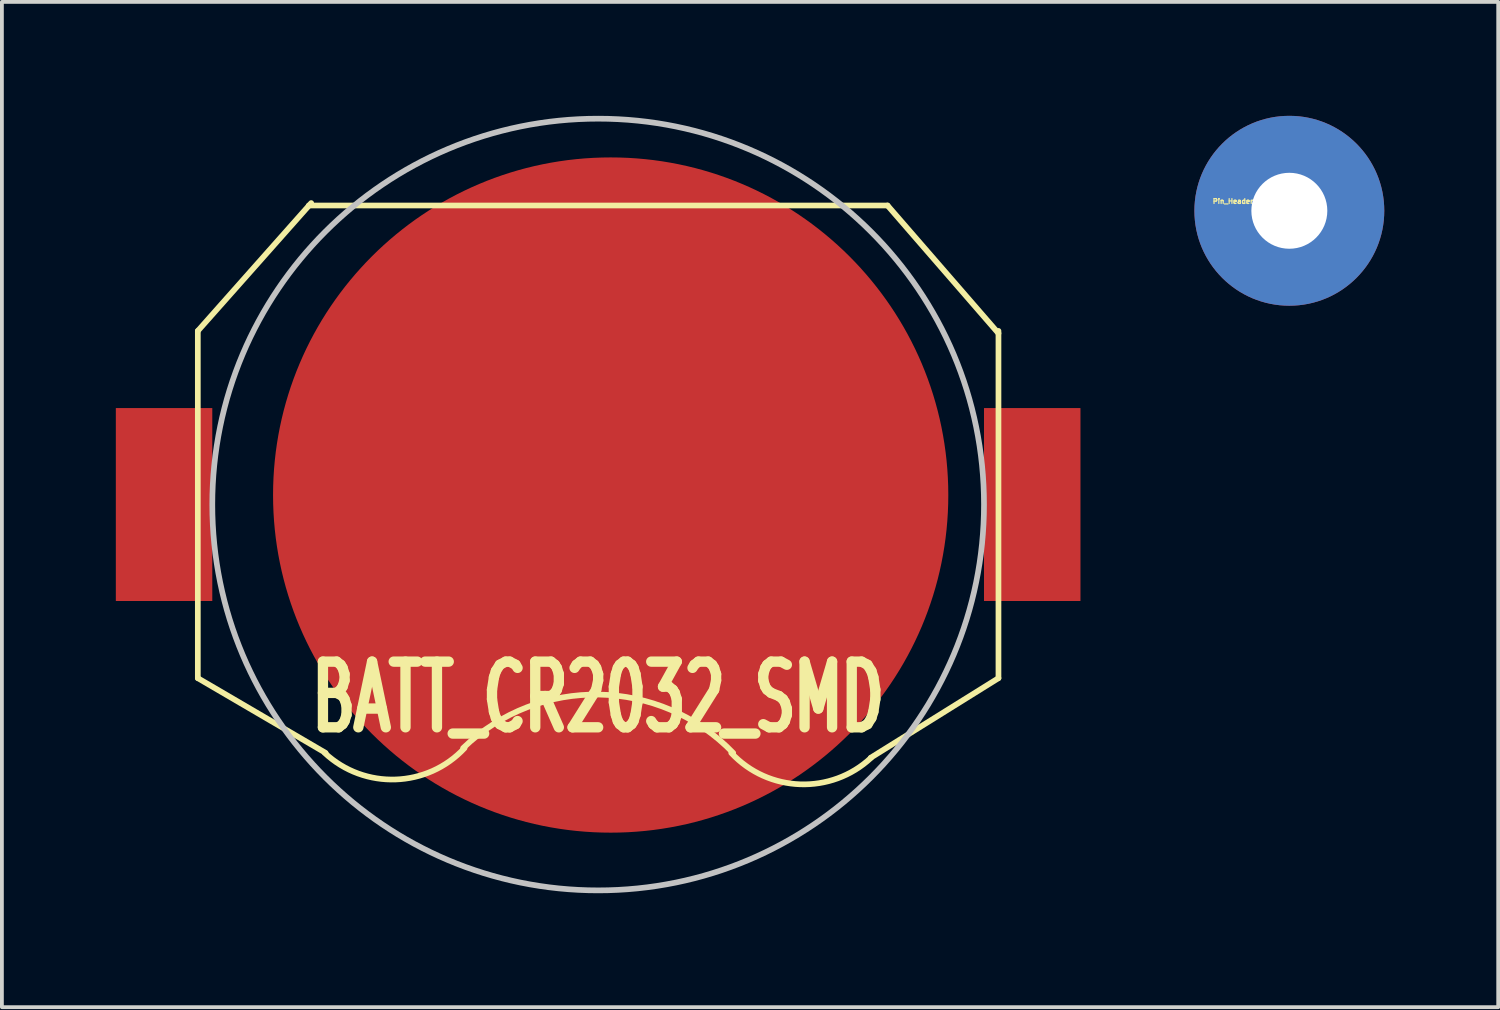
<source format=kicad_pcb>
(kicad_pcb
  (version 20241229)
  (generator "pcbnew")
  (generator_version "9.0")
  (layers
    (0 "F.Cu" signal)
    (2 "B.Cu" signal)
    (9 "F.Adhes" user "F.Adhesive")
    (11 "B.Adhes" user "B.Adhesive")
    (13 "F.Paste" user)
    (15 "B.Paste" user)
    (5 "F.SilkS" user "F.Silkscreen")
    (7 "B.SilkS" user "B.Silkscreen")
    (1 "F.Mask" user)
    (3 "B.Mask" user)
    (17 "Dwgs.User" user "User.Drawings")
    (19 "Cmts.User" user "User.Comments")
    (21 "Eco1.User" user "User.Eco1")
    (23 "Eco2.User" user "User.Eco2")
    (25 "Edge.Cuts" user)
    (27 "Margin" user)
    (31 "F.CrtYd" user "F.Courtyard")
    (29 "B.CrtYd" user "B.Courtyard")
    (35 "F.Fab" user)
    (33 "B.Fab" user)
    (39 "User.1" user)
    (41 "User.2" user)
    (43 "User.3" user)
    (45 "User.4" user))
  (footprint "BATT_CR2032_SMD"
    (layer "F.Cu")
    (at 12.7 10.235)
    (property "Reference" "BATT_CR2032_SMD" (at 0 5.08 0) (layer "F.SilkS") (effects (font (size 1.73 1.087) (thickness 0.272))))
    (attr through_hole)
    (fp_line (start -10.541 -4.572) (end -7.556 -7.938) (stroke (width 0.15) (type solid)) (layer "F.SilkS"))
    (fp_line (start -10.541 4.572) (end -10.541 -4.572) (stroke (width 0.15) (type solid)) (layer "F.SilkS"))
    (fp_line (start -7.62 -7.874) (end 7.62 -7.874) (stroke (width 0.15) (type solid)) (layer "F.SilkS"))
    (fp_line (start -7.176 6.54) (end -10.541 4.572) (stroke (width 0.15) (type solid)) (layer "F.SilkS"))
    (fp_line (start 7.176 6.668) (end 10.541 4.572) (stroke (width 0.15) (type solid)) (layer "F.SilkS"))
    (fp_line (start 7.62 -7.874) (end 10.541 -4.508) (stroke (width 0.15) (type solid)) (layer "F.SilkS"))
    (fp_line (start 10.541 4.572) (end 10.541 -4.572) (stroke (width 0.15) (type solid)) (layer "F.SilkS"))
    (fp_arc (start -3.556 6.4135) (mid 0.026303 5.004057) (end 3.556 6.5405) (stroke (width 0.15) (type solid)) (layer "F.SilkS"))
    (fp_arc (start -3.5179 6.4135) (mid -5.333097 7.239774) (end -7.2009 6.5405) (stroke (width 0.15) (type solid)) (layer "F.SilkS"))
    (fp_arc (start 7.1882 6.6675) (mid 5.320397 7.366774) (end 3.5052 6.5405) (stroke (width 0.15) (type solid)) (layer "F.SilkS"))
    (fp_circle (center 0 0) (end -10.16 0) (stroke (width 0.15) (type solid)) (fill no) (layer "Dwgs.User"))
    (pad "1" smd rect (at -11.43 0) (size 2.54 5.08) (layers "F.Cu" "F.Mask" "F.Paste"))
    (pad "1" smd rect (at 11.43 0) (size 2.54 5.08) (layers "F.Cu" "F.Mask" "F.Paste"))
    (pad "2" smd circle (at 0.33 -0.25) (size 17.78 17.78) (layers "F.Cu" "F.Mask" "F.Paste")))
  (footprint "Pin_Header_Straight_1x01"
    (layer "F.Cu")
    (at 30.72 2.75)
    (property "Reference" "Pin_Header_Straight_1x01" (at -0.6 -0.5 0) (layer "F.SilkS") (effects (font (size 0.127 0.127) (thickness 0.032))))
    (attr through_hole)
    (pad "" thru_hole circle (at 0.18 -0.25) (size 5 5) (drill 2) (layers "*.Cu" "B.Mask")))
  (gr_rect
    (start -3 -3)
    (end 36.4 23.47)
    (stroke (width 0.1) (type default))
    (fill no)
    (layer "Edge.Cuts")))
</source>
